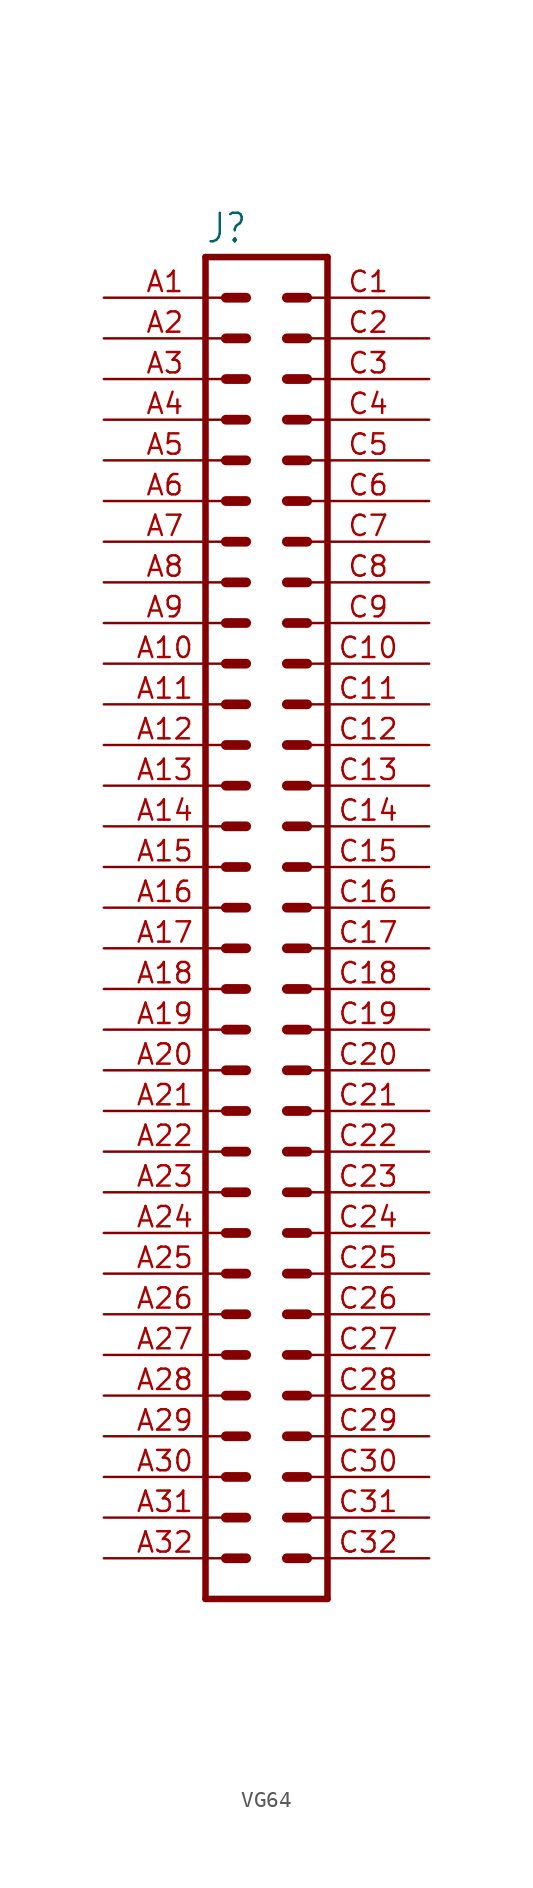
<source format=kicad_sym>
(kicad_symbol_lib
  (version 20231120)
  (generator "kicad_symbol_editor")
  (generator_version "8.0")
  (symbol "VG64"
    (property "Reference" "J"
      (at -3.81 41.402 0)
      (effects (font (size 1.778 1.511)) (justify left bottom)))
    (property "Value" ""
      (at -3.81 -45.72 0)
      (effects (font (size 1.778 1.511)) (justify left bottom)))
    (property "ki_locked" ""
      (at 0 0 0)
      (effects (font (size 1.27 1.27))))
    (symbol "VG64_1_0"
      (polyline (pts (xy -3.81 40.64) (xy -3.81 -43.18)) (stroke (width 0.406) (type solid)) (fill (type none)))
      (polyline (pts (xy -3.81 40.64) (xy 3.81 40.64)) (stroke (width 0.406) (type solid)) (fill (type none)))
      (polyline (pts (xy -2.54 -40.64) (xy -1.27 -40.64)) (stroke (width 0.61) (type solid)) (fill (type none)))
      (polyline (pts (xy -2.54 -38.1) (xy -1.27 -38.1)) (stroke (width 0.61) (type solid)) (fill (type none)))
      (polyline (pts (xy -2.54 -35.56) (xy -1.27 -35.56)) (stroke (width 0.61) (type solid)) (fill (type none)))
      (polyline (pts (xy -2.54 -33.02) (xy -1.27 -33.02)) (stroke (width 0.61) (type solid)) (fill (type none)))
      (polyline (pts (xy -2.54 -30.48) (xy -1.27 -30.48)) (stroke (width 0.61) (type solid)) (fill (type none)))
      (polyline (pts (xy -2.54 -27.94) (xy -1.27 -27.94)) (stroke (width 0.61) (type solid)) (fill (type none)))
      (polyline (pts (xy -2.54 -25.4) (xy -1.27 -25.4)) (stroke (width 0.61) (type solid)) (fill (type none)))
      (polyline (pts (xy -2.54 -22.86) (xy -1.27 -22.86)) (stroke (width 0.61) (type solid)) (fill (type none)))
      (polyline (pts (xy -2.54 -20.32) (xy -1.27 -20.32)) (stroke (width 0.61) (type solid)) (fill (type none)))
      (polyline (pts (xy -2.54 -17.78) (xy -1.27 -17.78)) (stroke (width 0.61) (type solid)) (fill (type none)))
      (polyline (pts (xy -2.54 -15.24) (xy -1.27 -15.24)) (stroke (width 0.61) (type solid)) (fill (type none)))
      (polyline (pts (xy -2.54 -12.7) (xy -1.27 -12.7)) (stroke (width 0.61) (type solid)) (fill (type none)))
      (polyline (pts (xy -2.54 -10.16) (xy -1.27 -10.16)) (stroke (width 0.61) (type solid)) (fill (type none)))
      (polyline (pts (xy -2.54 -7.62) (xy -1.27 -7.62)) (stroke (width 0.61) (type solid)) (fill (type none)))
      (polyline (pts (xy -2.54 -5.08) (xy -1.27 -5.08)) (stroke (width 0.61) (type solid)) (fill (type none)))
      (polyline (pts (xy -2.54 -2.54) (xy -1.27 -2.54)) (stroke (width 0.61) (type solid)) (fill (type none)))
      (polyline (pts (xy -2.54 0) (xy -1.27 0)) (stroke (width 0.61) (type solid)) (fill (type none)))
      (polyline (pts (xy -2.54 2.54) (xy -1.27 2.54)) (stroke (width 0.61) (type solid)) (fill (type none)))
      (polyline (pts (xy -2.54 5.08) (xy -1.27 5.08)) (stroke (width 0.61) (type solid)) (fill (type none)))
      (polyline (pts (xy -2.54 7.62) (xy -1.27 7.62)) (stroke (width 0.61) (type solid)) (fill (type none)))
      (polyline (pts (xy -2.54 10.16) (xy -1.27 10.16)) (stroke (width 0.61) (type solid)) (fill (type none)))
      (polyline (pts (xy -2.54 12.7) (xy -1.27 12.7)) (stroke (width 0.61) (type solid)) (fill (type none)))
      (polyline (pts (xy -2.54 15.24) (xy -1.27 15.24)) (stroke (width 0.61) (type solid)) (fill (type none)))
      (polyline (pts (xy -2.54 17.78) (xy -1.27 17.78)) (stroke (width 0.61) (type solid)) (fill (type none)))
      (polyline (pts (xy -2.54 20.32) (xy -1.27 20.32)) (stroke (width 0.61) (type solid)) (fill (type none)))
      (polyline (pts (xy -2.54 22.86) (xy -1.27 22.86)) (stroke (width 0.61) (type solid)) (fill (type none)))
      (polyline (pts (xy -2.54 25.4) (xy -1.27 25.4)) (stroke (width 0.61) (type solid)) (fill (type none)))
      (polyline (pts (xy -2.54 27.94) (xy -1.27 27.94)) (stroke (width 0.61) (type solid)) (fill (type none)))
      (polyline (pts (xy -2.54 30.48) (xy -1.27 30.48)) (stroke (width 0.61) (type solid)) (fill (type none)))
      (polyline (pts (xy -2.54 33.02) (xy -1.27 33.02)) (stroke (width 0.61) (type solid)) (fill (type none)))
      (polyline (pts (xy -2.54 35.56) (xy -1.27 35.56)) (stroke (width 0.61) (type solid)) (fill (type none)))
      (polyline (pts (xy -2.54 38.1) (xy -1.27 38.1)) (stroke (width 0.61) (type solid)) (fill (type none)))
      (polyline (pts (xy 1.27 -40.64) (xy 2.54 -40.64)) (stroke (width 0.61) (type solid)) (fill (type none)))
      (polyline (pts (xy 1.27 -38.1) (xy 2.54 -38.1)) (stroke (width 0.61) (type solid)) (fill (type none)))
      (polyline (pts (xy 1.27 -35.56) (xy 2.54 -35.56)) (stroke (width 0.61) (type solid)) (fill (type none)))
      (polyline (pts (xy 1.27 -33.02) (xy 2.54 -33.02)) (stroke (width 0.61) (type solid)) (fill (type none)))
      (polyline (pts (xy 1.27 -30.48) (xy 2.54 -30.48)) (stroke (width 0.61) (type solid)) (fill (type none)))
      (polyline (pts (xy 1.27 -27.94) (xy 2.54 -27.94)) (stroke (width 0.61) (type solid)) (fill (type none)))
      (polyline (pts (xy 1.27 -25.4) (xy 2.54 -25.4)) (stroke (width 0.61) (type solid)) (fill (type none)))
      (polyline (pts (xy 1.27 -22.86) (xy 2.54 -22.86)) (stroke (width 0.61) (type solid)) (fill (type none)))
      (polyline (pts (xy 1.27 -20.32) (xy 2.54 -20.32)) (stroke (width 0.61) (type solid)) (fill (type none)))
      (polyline (pts (xy 1.27 -17.78) (xy 2.54 -17.78)) (stroke (width 0.61) (type solid)) (fill (type none)))
      (polyline (pts (xy 1.27 -15.24) (xy 2.54 -15.24)) (stroke (width 0.61) (type solid)) (fill (type none)))
      (polyline (pts (xy 1.27 -12.7) (xy 2.54 -12.7)) (stroke (width 0.61) (type solid)) (fill (type none)))
      (polyline (pts (xy 1.27 -10.16) (xy 2.54 -10.16)) (stroke (width 0.61) (type solid)) (fill (type none)))
      (polyline (pts (xy 1.27 -7.62) (xy 2.54 -7.62)) (stroke (width 0.61) (type solid)) (fill (type none)))
      (polyline (pts (xy 1.27 -5.08) (xy 2.54 -5.08)) (stroke (width 0.61) (type solid)) (fill (type none)))
      (polyline (pts (xy 1.27 -2.54) (xy 2.54 -2.54)) (stroke (width 0.61) (type solid)) (fill (type none)))
      (polyline (pts (xy 1.27 0) (xy 2.54 0)) (stroke (width 0.61) (type solid)) (fill (type none)))
      (polyline (pts (xy 1.27 2.54) (xy 2.54 2.54)) (stroke (width 0.61) (type solid)) (fill (type none)))
      (polyline (pts (xy 1.27 5.08) (xy 2.54 5.08)) (stroke (width 0.61) (type solid)) (fill (type none)))
      (polyline (pts (xy 1.27 7.62) (xy 2.54 7.62)) (stroke (width 0.61) (type solid)) (fill (type none)))
      (polyline (pts (xy 1.27 10.16) (xy 2.54 10.16)) (stroke (width 0.61) (type solid)) (fill (type none)))
      (polyline (pts (xy 1.27 12.7) (xy 2.54 12.7)) (stroke (width 0.61) (type solid)) (fill (type none)))
      (polyline (pts (xy 1.27 15.24) (xy 2.54 15.24)) (stroke (width 0.61) (type solid)) (fill (type none)))
      (polyline (pts (xy 1.27 17.78) (xy 2.54 17.78)) (stroke (width 0.61) (type solid)) (fill (type none)))
      (polyline (pts (xy 1.27 20.32) (xy 2.54 20.32)) (stroke (width 0.61) (type solid)) (fill (type none)))
      (polyline (pts (xy 1.27 22.86) (xy 2.54 22.86)) (stroke (width 0.61) (type solid)) (fill (type none)))
      (polyline (pts (xy 1.27 25.4) (xy 2.54 25.4)) (stroke (width 0.61) (type solid)) (fill (type none)))
      (polyline (pts (xy 1.27 27.94) (xy 2.54 27.94)) (stroke (width 0.61) (type solid)) (fill (type none)))
      (polyline (pts (xy 1.27 30.48) (xy 2.54 30.48)) (stroke (width 0.61) (type solid)) (fill (type none)))
      (polyline (pts (xy 1.27 33.02) (xy 2.54 33.02)) (stroke (width 0.61) (type solid)) (fill (type none)))
      (polyline (pts (xy 1.27 35.56) (xy 2.54 35.56)) (stroke (width 0.61) (type solid)) (fill (type none)))
      (polyline (pts (xy 1.27 38.1) (xy 2.54 38.1)) (stroke (width 0.61) (type solid)) (fill (type none)))
      (polyline (pts (xy 3.81 -43.18) (xy -3.81 -43.18)) (stroke (width 0.406) (type solid)) (fill (type none)))
      (polyline (pts (xy 3.81 -43.18) (xy 3.81 40.64)) (stroke (width 0.406) (type solid)) (fill (type none)))
      (pin passive line (at -10.16 38.1 0) (length 7.62) (name "A1" (effects (font (size 0 0)))) (number "A1" (effects (font (size 1.27 1.27)))))
      (pin passive line (at -10.16 15.24 0) (length 7.62) (name "A10" (effects (font (size 0 0)))) (number "A10" (effects (font (size 1.27 1.27)))))
      (pin passive line (at -10.16 12.7 0) (length 7.62) (name "A11" (effects (font (size 0 0)))) (number "A11" (effects (font (size 1.27 1.27)))))
      (pin passive line (at -10.16 10.16 0) (length 7.62) (name "A12" (effects (font (size 0 0)))) (number "A12" (effects (font (size 1.27 1.27)))))
      (pin passive line (at -10.16 7.62 0) (length 7.62) (name "A13" (effects (font (size 0 0)))) (number "A13" (effects (font (size 1.27 1.27)))))
      (pin passive line (at -10.16 5.08 0) (length 7.62) (name "A14" (effects (font (size 0 0)))) (number "A14" (effects (font (size 1.27 1.27)))))
      (pin passive line (at -10.16 2.54 0) (length 7.62) (name "A15" (effects (font (size 0 0)))) (number "A15" (effects (font (size 1.27 1.27)))))
      (pin passive line (at -10.16 0 0) (length 7.62) (name "A16" (effects (font (size 0 0)))) (number "A16" (effects (font (size 1.27 1.27)))))
      (pin passive line (at -10.16 -2.54 0) (length 7.62) (name "A17" (effects (font (size 0 0)))) (number "A17" (effects (font (size 1.27 1.27)))))
      (pin passive line (at -10.16 -5.08 0) (length 7.62) (name "A18" (effects (font (size 0 0)))) (number "A18" (effects (font (size 1.27 1.27)))))
      (pin passive line (at -10.16 -7.62 0) (length 7.62) (name "A19" (effects (font (size 0 0)))) (number "A19" (effects (font (size 1.27 1.27)))))
      (pin passive line (at -10.16 35.56 0) (length 7.62) (name "A2" (effects (font (size 0 0)))) (number "A2" (effects (font (size 1.27 1.27)))))
      (pin passive line (at -10.16 -10.16 0) (length 7.62) (name "A20" (effects (font (size 0 0)))) (number "A20" (effects (font (size 1.27 1.27)))))
      (pin passive line (at -10.16 -12.7 0) (length 7.62) (name "A21" (effects (font (size 0 0)))) (number "A21" (effects (font (size 1.27 1.27)))))
      (pin passive line (at -10.16 -15.24 0) (length 7.62) (name "A22" (effects (font (size 0 0)))) (number "A22" (effects (font (size 1.27 1.27)))))
      (pin passive line (at -10.16 -17.78 0) (length 7.62) (name "A23" (effects (font (size 0 0)))) (number "A23" (effects (font (size 1.27 1.27)))))
      (pin passive line (at -10.16 -20.32 0) (length 7.62) (name "A24" (effects (font (size 0 0)))) (number "A24" (effects (font (size 1.27 1.27)))))
      (pin passive line (at -10.16 -22.86 0) (length 7.62) (name "A25" (effects (font (size 0 0)))) (number "A25" (effects (font (size 1.27 1.27)))))
      (pin passive line (at -10.16 -25.4 0) (length 7.62) (name "A26" (effects (font (size 0 0)))) (number "A26" (effects (font (size 1.27 1.27)))))
      (pin passive line (at -10.16 -27.94 0) (length 7.62) (name "A27" (effects (font (size 0 0)))) (number "A27" (effects (font (size 1.27 1.27)))))
      (pin passive line (at -10.16 -30.48 0) (length 7.62) (name "A28" (effects (font (size 0 0)))) (number "A28" (effects (font (size 1.27 1.27)))))
      (pin passive line (at -10.16 -33.02 0) (length 7.62) (name "A29" (effects (font (size 0 0)))) (number "A29" (effects (font (size 1.27 1.27)))))
      (pin passive line (at -10.16 33.02 0) (length 7.62) (name "A3" (effects (font (size 0 0)))) (number "A3" (effects (font (size 1.27 1.27)))))
      (pin passive line (at -10.16 -35.56 0) (length 7.62) (name "A30" (effects (font (size 0 0)))) (number "A30" (effects (font (size 1.27 1.27)))))
      (pin passive line (at -10.16 -38.1 0) (length 7.62) (name "A31" (effects (font (size 0 0)))) (number "A31" (effects (font (size 1.27 1.27)))))
      (pin passive line (at -10.16 -40.64 0) (length 7.62) (name "A32" (effects (font (size 0 0)))) (number "A32" (effects (font (size 1.27 1.27)))))
      (pin passive line (at -10.16 30.48 0) (length 7.62) (name "A4" (effects (font (size 0 0)))) (number "A4" (effects (font (size 1.27 1.27)))))
      (pin passive line (at -10.16 27.94 0) (length 7.62) (name "A5" (effects (font (size 0 0)))) (number "A5" (effects (font (size 1.27 1.27)))))
      (pin passive line (at -10.16 25.4 0) (length 7.62) (name "A6" (effects (font (size 0 0)))) (number "A6" (effects (font (size 1.27 1.27)))))
      (pin passive line (at -10.16 22.86 0) (length 7.62) (name "A7" (effects (font (size 0 0)))) (number "A7" (effects (font (size 1.27 1.27)))))
      (pin passive line (at -10.16 20.32 0) (length 7.62) (name "A8" (effects (font (size 0 0)))) (number "A8" (effects (font (size 1.27 1.27)))))
      (pin passive line (at -10.16 17.78 0) (length 7.62) (name "A9" (effects (font (size 0 0)))) (number "A9" (effects (font (size 1.27 1.27)))))
      (pin passive line (at 10.16 38.1 180) (length 7.62) (name "C1" (effects (font (size 0 0)))) (number "C1" (effects (font (size 1.27 1.27)))))
      (pin passive line (at 10.16 15.24 180) (length 7.62) (name "C10" (effects (font (size 0 0)))) (number "C10" (effects (font (size 1.27 1.27)))))
      (pin passive line (at 10.16 12.7 180) (length 7.62) (name "C11" (effects (font (size 0 0)))) (number "C11" (effects (font (size 1.27 1.27)))))
      (pin passive line (at 10.16 10.16 180) (length 7.62) (name "C12" (effects (font (size 0 0)))) (number "C12" (effects (font (size 1.27 1.27)))))
      (pin passive line (at 10.16 7.62 180) (length 7.62) (name "C13" (effects (font (size 0 0)))) (number "C13" (effects (font (size 1.27 1.27)))))
      (pin passive line (at 10.16 5.08 180) (length 7.62) (name "C14" (effects (font (size 0 0)))) (number "C14" (effects (font (size 1.27 1.27)))))
      (pin passive line (at 10.16 2.54 180) (length 7.62) (name "C15" (effects (font (size 0 0)))) (number "C15" (effects (font (size 1.27 1.27)))))
      (pin passive line (at 10.16 0 180) (length 7.62) (name "C16" (effects (font (size 0 0)))) (number "C16" (effects (font (size 1.27 1.27)))))
      (pin passive line (at 10.16 -2.54 180) (length 7.62) (name "C17" (effects (font (size 0 0)))) (number "C17" (effects (font (size 1.27 1.27)))))
      (pin passive line (at 10.16 -5.08 180) (length 7.62) (name "C18" (effects (font (size 0 0)))) (number "C18" (effects (font (size 1.27 1.27)))))
      (pin passive line (at 10.16 -7.62 180) (length 7.62) (name "C19" (effects (font (size 0 0)))) (number "C19" (effects (font (size 1.27 1.27)))))
      (pin passive line (at 10.16 35.56 180) (length 7.62) (name "C2" (effects (font (size 0 0)))) (number "C2" (effects (font (size 1.27 1.27)))))
      (pin passive line (at 10.16 -10.16 180) (length 7.62) (name "C20" (effects (font (size 0 0)))) (number "C20" (effects (font (size 1.27 1.27)))))
      (pin passive line (at 10.16 -12.7 180) (length 7.62) (name "C21" (effects (font (size 0 0)))) (number "C21" (effects (font (size 1.27 1.27)))))
      (pin passive line (at 10.16 -15.24 180) (length 7.62) (name "C22" (effects (font (size 0 0)))) (number "C22" (effects (font (size 1.27 1.27)))))
      (pin passive line (at 10.16 -17.78 180) (length 7.62) (name "C23" (effects (font (size 0 0)))) (number "C23" (effects (font (size 1.27 1.27)))))
      (pin passive line (at 10.16 -20.32 180) (length 7.62) (name "C24" (effects (font (size 0 0)))) (number "C24" (effects (font (size 1.27 1.27)))))
      (pin passive line (at 10.16 -22.86 180) (length 7.62) (name "C25" (effects (font (size 0 0)))) (number "C25" (effects (font (size 1.27 1.27)))))
      (pin passive line (at 10.16 -25.4 180) (length 7.62) (name "C26" (effects (font (size 0 0)))) (number "C26" (effects (font (size 1.27 1.27)))))
      (pin passive line (at 10.16 -27.94 180) (length 7.62) (name "C27" (effects (font (size 0 0)))) (number "C27" (effects (font (size 1.27 1.27)))))
      (pin passive line (at 10.16 -30.48 180) (length 7.62) (name "C28" (effects (font (size 0 0)))) (number "C28" (effects (font (size 1.27 1.27)))))
      (pin passive line (at 10.16 -33.02 180) (length 7.62) (name "C29" (effects (font (size 0 0)))) (number "C29" (effects (font (size 1.27 1.27)))))
      (pin passive line (at 10.16 33.02 180) (length 7.62) (name "C3" (effects (font (size 0 0)))) (number "C3" (effects (font (size 1.27 1.27)))))
      (pin passive line (at 10.16 -35.56 180) (length 7.62) (name "C30" (effects (font (size 0 0)))) (number "C30" (effects (font (size 1.27 1.27)))))
      (pin passive line (at 10.16 -38.1 180) (length 7.62) (name "C31" (effects (font (size 0 0)))) (number "C31" (effects (font (size 1.27 1.27)))))
      (pin passive line (at 10.16 -40.64 180) (length 7.62) (name "C32" (effects (font (size 0 0)))) (number "C32" (effects (font (size 1.27 1.27)))))
      (pin passive line (at 10.16 30.48 180) (length 7.62) (name "C4" (effects (font (size 0 0)))) (number "C4" (effects (font (size 1.27 1.27)))))
      (pin passive line (at 10.16 27.94 180) (length 7.62) (name "C5" (effects (font (size 0 0)))) (number "C5" (effects (font (size 1.27 1.27)))))
      (pin passive line (at 10.16 25.4 180) (length 7.62) (name "C6" (effects (font (size 0 0)))) (number "C6" (effects (font (size 1.27 1.27)))))
      (pin passive line (at 10.16 22.86 180) (length 7.62) (name "C7" (effects (font (size 0 0)))) (number "C7" (effects (font (size 1.27 1.27)))))
      (pin passive line (at 10.16 20.32 180) (length 7.62) (name "C8" (effects (font (size 0 0)))) (number "C8" (effects (font (size 1.27 1.27)))))
      (pin passive line (at 10.16 17.78 180) (length 7.62) (name "C9" (effects (font (size 0 0)))) (number "C9" (effects (font (size 1.27 1.27))))))))
</source>
